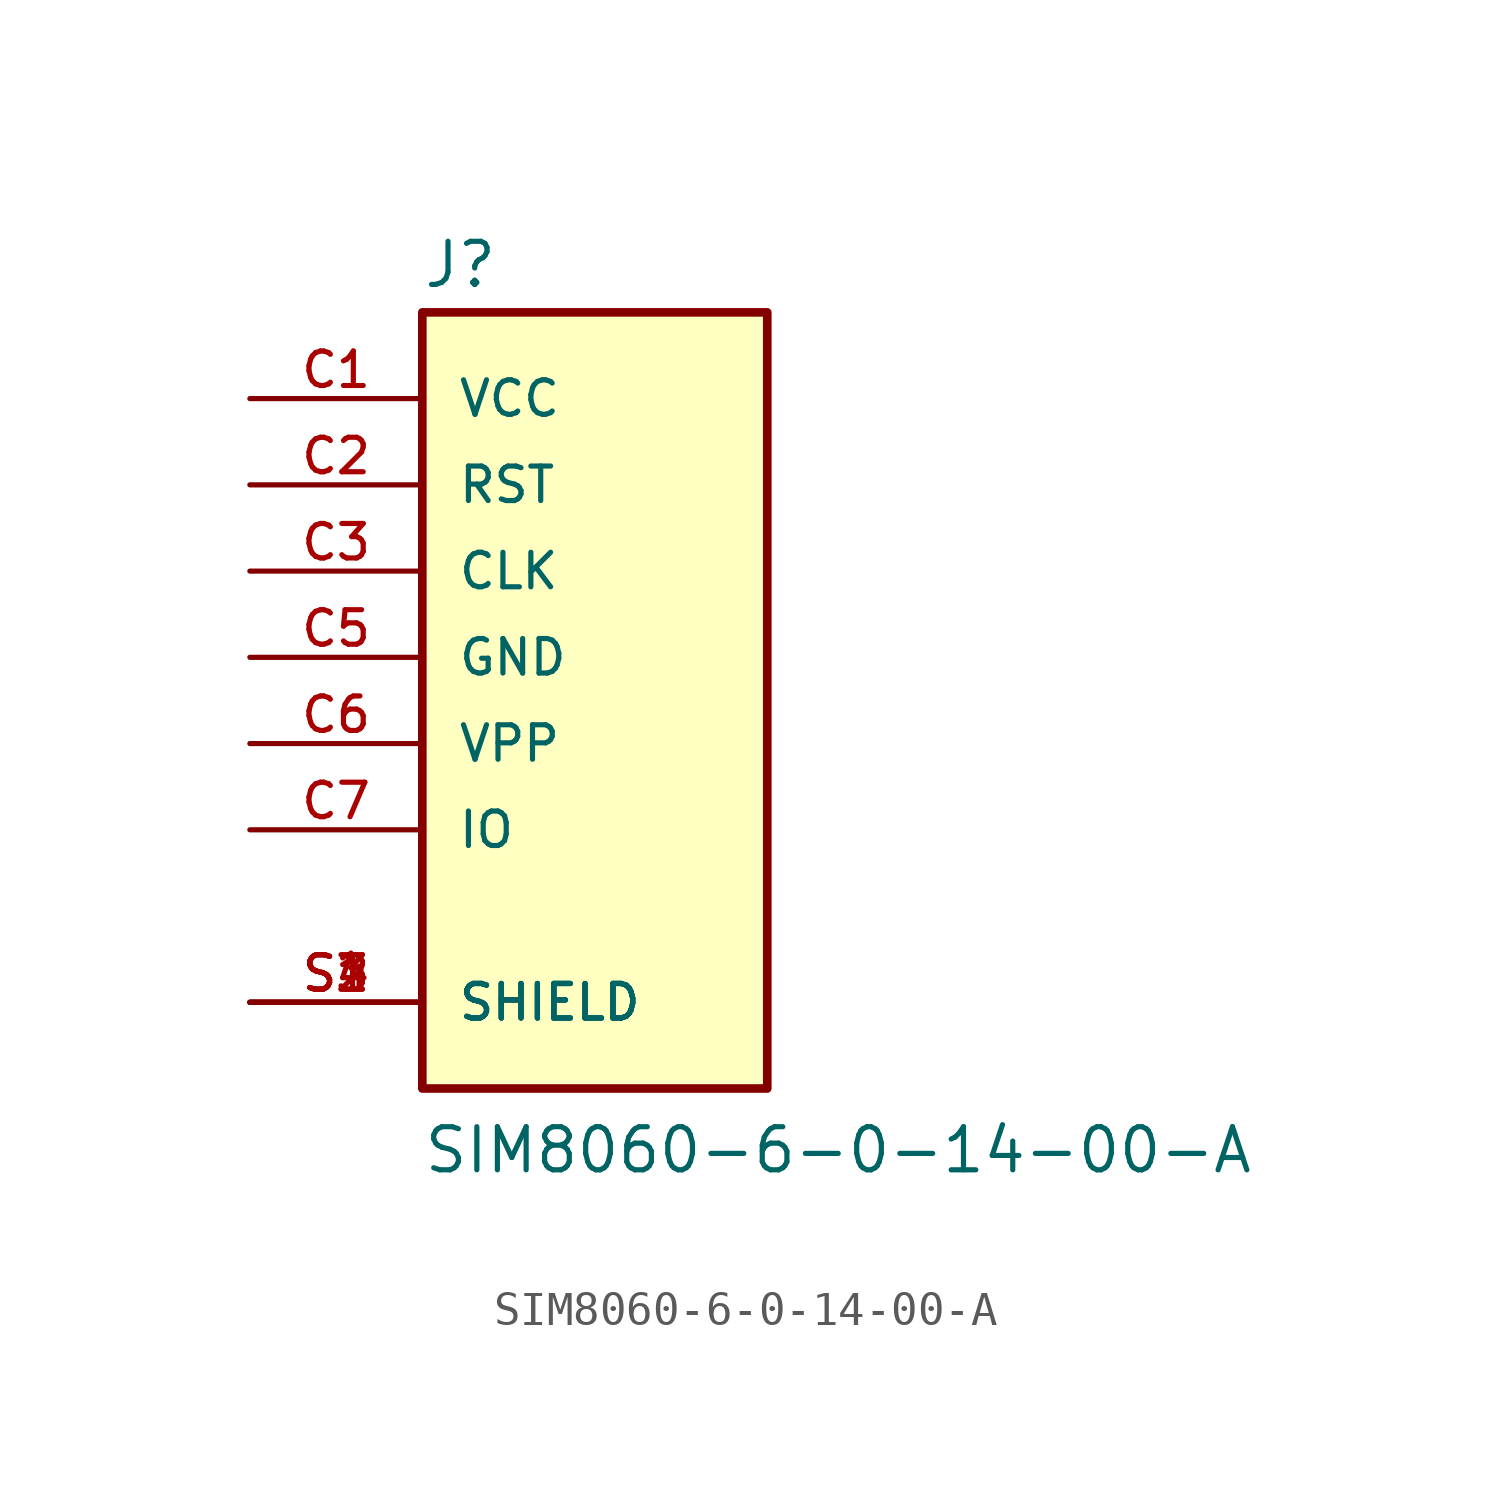
<source format=kicad_sym>
(kicad_symbol_lib
  (version 20211014)
  (generator kicad_symbol_editor)
  (symbol "SIM8060-6-0-14-00-A"
    (pin_names
      (offset 1.016))
    (property "Reference" "J"
      (at -5.089 13.36 0)
      (effects (font (size 1.27 1.27)) (justify bottom left)))
    (property "Value" "SIM8060-6-0-14-00-A"
      (at -5.086 -12.718 0)
      (effects (font (size 1.27 1.27)) (justify bottom left)))
    (symbol "SIM8060-6-0-14-00-A_0_0"
      (rectangle (start -5.08 -10.16) (end 5.08 12.7) (stroke (width 0.254)) (fill (type background)))
      (pin passive line (at -10.16 10.16 0) (length 5.08) (name "VCC" (effects (font (size 1.016 1.016)))) (number "C1" (effects (font (size 1.016 1.016)))))
      (pin passive line (at -10.16 7.62 0) (length 5.08) (name "RST" (effects (font (size 1.016 1.016)))) (number "C2" (effects (font (size 1.016 1.016)))))
      (pin passive line (at -10.16 5.08 0) (length 5.08) (name "CLK" (effects (font (size 1.016 1.016)))) (number "C3" (effects (font (size 1.016 1.016)))))
      (pin passive line (at -10.16 2.54 0) (length 5.08) (name "GND" (effects (font (size 1.016 1.016)))) (number "C5" (effects (font (size 1.016 1.016)))))
      (pin passive line (at -10.16 0.0 0) (length 5.08) (name "VPP" (effects (font (size 1.016 1.016)))) (number "C6" (effects (font (size 1.016 1.016)))))
      (pin passive line (at -10.16 -2.54 0) (length 5.08) (name "IO" (effects (font (size 1.016 1.016)))) (number "C7" (effects (font (size 1.016 1.016)))))
      (pin passive line (at -10.16 -7.62 0) (length 5.08) (name "SHIELD" (effects (font (size 1.016 1.016)))) (number "S1" (effects (font (size 1.016 1.016)))))
      (pin passive line (at -10.16 -7.62 0) (length 5.08) (name "SHIELD" (effects (font (size 1.016 1.016)))) (number "S2" (effects (font (size 1.016 1.016)))))
      (pin passive line (at -10.16 -7.62 0) (length 5.08) (name "SHIELD" (effects (font (size 1.016 1.016)))) (number "S3" (effects (font (size 1.016 1.016)))))
      (pin passive line (at -10.16 -7.62 0) (length 5.08) (name "SHIELD" (effects (font (size 1.016 1.016)))) (number "S4" (effects (font (size 1.016 1.016))))))))
</source>
